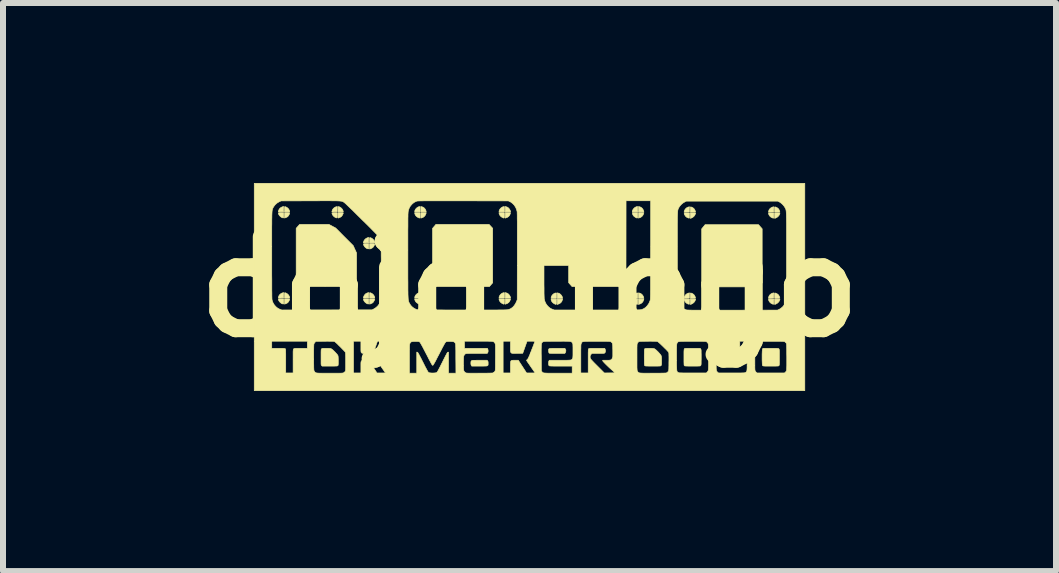
<source format=kicad_pcb>
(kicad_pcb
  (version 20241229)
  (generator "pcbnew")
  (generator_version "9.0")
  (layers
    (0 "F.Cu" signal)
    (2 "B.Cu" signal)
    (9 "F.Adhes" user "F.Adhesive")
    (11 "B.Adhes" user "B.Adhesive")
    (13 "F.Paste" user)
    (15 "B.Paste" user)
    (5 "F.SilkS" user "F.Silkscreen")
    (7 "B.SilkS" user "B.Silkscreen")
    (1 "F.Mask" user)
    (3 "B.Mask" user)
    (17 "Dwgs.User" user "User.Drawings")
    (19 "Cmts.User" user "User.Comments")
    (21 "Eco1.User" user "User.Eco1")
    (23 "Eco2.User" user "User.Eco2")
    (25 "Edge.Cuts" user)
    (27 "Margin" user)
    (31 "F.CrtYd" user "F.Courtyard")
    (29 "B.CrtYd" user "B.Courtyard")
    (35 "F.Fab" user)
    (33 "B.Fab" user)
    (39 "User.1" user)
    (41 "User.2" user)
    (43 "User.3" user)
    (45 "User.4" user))
  (footprint "dojo logo"
    (layer "F.Cu")
    (at 5.777 1.732)
    (property "Reference" "dojo logo" (at 0 0 0) (layer "F.SilkS") (effects (font (size 1.524 1.524) (thickness 0.3))))
    (attr through_hole)
    (fp_poly (pts (xy -1.725 -1.224) (xy -1.736 -1.197) (xy -1.753 -1.175) (xy -1.776 -1.158) (xy -1.801 -1.149) (xy -1.812 -1.146) (xy -1.812 -1.236) (xy -1.722 -1.236) (xy -1.725 -1.224)) (stroke (width 0.01) (type solid)) (fill yes) (layer "F.SilkS"))
    (fp_poly (pts (xy -1.725 0.211) (xy -1.736 0.238) (xy -1.753 0.261) (xy -1.776 0.277) (xy -1.801 0.286) (xy -1.812 0.289) (xy -1.812 0.199) (xy -1.722 0.199) (xy -1.725 0.211)) (stroke (width 0.01) (type solid)) (fill yes) (layer "F.SilkS"))
    (fp_poly (pts (xy -0.319 -1.224) (xy -0.33 -1.197) (xy -0.347 -1.175) (xy -0.371 -1.158) (xy -0.396 -1.149) (xy -0.406 -1.146) (xy -0.406 -1.236) (xy -0.317 -1.236) (xy -0.319 -1.224)) (stroke (width 0.01) (type solid)) (fill yes) (layer "F.SilkS"))
    (fp_poly (pts (xy -0.319 0.211) (xy -0.33 0.238) (xy -0.347 0.261) (xy -0.371 0.277) (xy -0.396 0.286) (xy -0.406 0.289) (xy -0.406 0.199) (xy -0.317 0.199) (xy -0.319 0.211)) (stroke (width 0.01) (type solid)) (fill yes) (layer "F.SilkS"))
    (fp_poly (pts (xy 0.548 0.215) (xy 0.538 0.243) (xy 0.52 0.265) (xy 0.497 0.281) (xy 0.472 0.29) (xy 0.461 0.293) (xy 0.461 0.203) (xy 0.551 0.203) (xy 0.548 0.215)) (stroke (width 0.01) (type solid)) (fill yes) (layer "F.SilkS"))
    (fp_poly (pts (xy 1.903 -1.224) (xy 1.892 -1.197) (xy 1.875 -1.175) (xy 1.852 -1.158) (xy 1.826 -1.149) (xy 1.816 -1.146) (xy 1.816 -1.236) (xy 1.906 -1.236) (xy 1.903 -1.224)) (stroke (width 0.01) (type solid)) (fill yes) (layer "F.SilkS"))
    (fp_poly (pts (xy 1.903 0.215) (xy 1.892 0.243) (xy 1.875 0.265) (xy 1.852 0.281) (xy 1.826 0.29) (xy 1.816 0.293) (xy 1.816 0.203) (xy 1.906 0.203) (xy 1.903 0.215)) (stroke (width 0.01) (type solid)) (fill yes) (layer "F.SilkS"))
    (fp_poly (pts (xy -1.796 -1.336) (xy -1.775 -1.329) (xy -1.755 -1.315) (xy -1.739 -1.296) (xy -1.728 -1.274) (xy -1.725 -1.262) (xy -1.722 -1.249) (xy -1.812 -1.249) (xy -1.812 -1.339) (xy -1.796 -1.336)) (stroke (width 0.01) (type solid)) (fill yes) (layer "F.SilkS"))
    (fp_poly (pts (xy -1.796 0.099) (xy -1.775 0.106) (xy -1.755 0.12) (xy -1.739 0.139) (xy -1.728 0.161) (xy -1.725 0.173) (xy -1.722 0.186) (xy -1.812 0.186) (xy -1.812 0.096) (xy -1.796 0.099)) (stroke (width 0.01) (type solid)) (fill yes) (layer "F.SilkS"))
    (fp_poly (pts (xy -0.391 -1.336) (xy -0.37 -1.329) (xy -0.35 -1.315) (xy -0.334 -1.296) (xy -0.322 -1.274) (xy -0.319 -1.262) (xy -0.316 -1.249) (xy -0.406 -1.249) (xy -0.406 -1.339) (xy -0.391 -1.336)) (stroke (width 0.01) (type solid)) (fill yes) (layer "F.SilkS"))
    (fp_poly (pts (xy -0.391 0.099) (xy -0.37 0.106) (xy -0.35 0.12) (xy -0.334 0.139) (xy -0.322 0.161) (xy -0.319 0.173) (xy -0.316 0.186) (xy -0.406 0.186) (xy -0.406 0.096) (xy -0.391 0.099)) (stroke (width 0.01) (type solid)) (fill yes) (layer "F.SilkS"))
    (fp_poly (pts (xy 0.477 0.103) (xy 0.498 0.11) (xy 0.518 0.125) (xy 0.534 0.144) (xy 0.546 0.166) (xy 0.549 0.177) (xy 0.551 0.191) (xy 0.461 0.191) (xy 0.461 0.1) (xy 0.477 0.103)) (stroke (width 0.01) (type solid)) (fill yes) (layer "F.SilkS"))
    (fp_poly (pts (xy 1.832 -1.336) (xy 1.853 -1.329) (xy 1.873 -1.315) (xy 1.889 -1.296) (xy 1.9 -1.274) (xy 1.903 -1.262) (xy 1.906 -1.249) (xy 1.816 -1.249) (xy 1.816 -1.339) (xy 1.832 -1.336)) (stroke (width 0.01) (type solid)) (fill yes) (layer "F.SilkS"))
    (fp_poly (pts (xy 1.832 0.103) (xy 1.853 0.11) (xy 1.873 0.125) (xy 1.889 0.144) (xy 1.9 0.166) (xy 1.903 0.177) (xy 1.906 0.191) (xy 1.816 0.191) (xy 1.816 0.1) (xy 1.832 0.103)) (stroke (width 0.01) (type solid)) (fill yes) (layer "F.SilkS"))
    (fp_poly (pts (xy 2.766 -1.22) (xy 2.757 -1.198) (xy 2.742 -1.177) (xy 2.722 -1.16) (xy 2.7 -1.148) (xy 2.691 -1.145) (xy 2.68 -1.143) (xy 2.68 -1.232) (xy 2.769 -1.232) (xy 2.766 -1.22)) (stroke (width 0.01) (type solid)) (fill yes) (layer "F.SilkS"))
    (fp_poly (pts (xy 2.766 0.215) (xy 2.757 0.237) (xy 2.742 0.258) (xy 2.722 0.275) (xy 2.7 0.287) (xy 2.691 0.29) (xy 2.68 0.292) (xy 2.68 0.203) (xy 2.769 0.203) (xy 2.766 0.215)) (stroke (width 0.01) (type solid)) (fill yes) (layer "F.SilkS"))
    (fp_poly (pts (xy 4.172 -1.22) (xy 4.163 -1.198) (xy 4.147 -1.177) (xy 4.127 -1.16) (xy 4.105 -1.148) (xy 4.097 -1.145) (xy 4.085 -1.143) (xy 4.085 -1.232) (xy 4.174 -1.232) (xy 4.172 -1.22)) (stroke (width 0.01) (type solid)) (fill yes) (layer "F.SilkS"))
    (fp_poly (pts (xy 4.172 0.215) (xy 4.163 0.237) (xy 4.147 0.258) (xy 4.127 0.275) (xy 4.105 0.287) (xy 4.097 0.29) (xy 4.085 0.292) (xy 4.085 0.203) (xy 4.174 0.203) (xy 4.172 0.215)) (stroke (width 0.01) (type solid)) (fill yes) (layer "F.SilkS"))
    (fp_poly (pts (xy -1.825 -1.249) (xy -1.913 -1.249) (xy -1.913 -1.26) (xy -1.91 -1.277) (xy -1.9 -1.295) (xy -1.885 -1.312) (xy -1.868 -1.326) (xy -1.849 -1.335) (xy -1.835 -1.338) (xy -1.825 -1.338) (xy -1.825 -1.249)) (stroke (width 0.01) (type solid)) (fill yes) (layer "F.SilkS"))
    (fp_poly (pts (xy -1.825 0.186) (xy -1.913 0.186) (xy -1.913 0.175) (xy -1.91 0.158) (xy -1.9 0.14) (xy -1.885 0.123) (xy -1.868 0.109) (xy -1.849 0.1) (xy -1.835 0.097) (xy -1.825 0.097) (xy -1.825 0.186)) (stroke (width 0.01) (type solid)) (fill yes) (layer "F.SilkS"))
    (fp_poly (pts (xy -0.419 -1.249) (xy -0.508 -1.249) (xy -0.508 -1.26) (xy -0.504 -1.277) (xy -0.494 -1.295) (xy -0.48 -1.312) (xy -0.462 -1.326) (xy -0.444 -1.335) (xy -0.43 -1.338) (xy -0.419 -1.338) (xy -0.419 -1.249)) (stroke (width 0.01) (type solid)) (fill yes) (layer "F.SilkS"))
    (fp_poly (pts (xy -0.419 0.186) (xy -0.508 0.186) (xy -0.508 0.175) (xy -0.504 0.158) (xy -0.494 0.14) (xy -0.48 0.123) (xy -0.462 0.109) (xy -0.444 0.1) (xy -0.43 0.097) (xy -0.419 0.097) (xy -0.419 0.186)) (stroke (width 0.01) (type solid)) (fill yes) (layer "F.SilkS"))
    (fp_poly (pts (xy 0.449 0.191) (xy 0.36 0.191) (xy 0.36 0.18) (xy 0.364 0.162) (xy 0.374 0.144) (xy 0.388 0.127) (xy 0.406 0.113) (xy 0.424 0.104) (xy 0.438 0.102) (xy 0.449 0.102) (xy 0.449 0.191)) (stroke (width 0.01) (type solid)) (fill yes) (layer "F.SilkS"))
    (fp_poly (pts (xy 1.803 -1.249) (xy 1.714 -1.249) (xy 1.714 -1.26) (xy 1.718 -1.277) (xy 1.728 -1.295) (xy 1.743 -1.312) (xy 1.76 -1.326) (xy 1.779 -1.335) (xy 1.793 -1.338) (xy 1.803 -1.338) (xy 1.803 -1.249)) (stroke (width 0.01) (type solid)) (fill yes) (layer "F.SilkS"))
    (fp_poly (pts (xy 1.803 0.191) (xy 1.714 0.191) (xy 1.714 0.18) (xy 1.718 0.162) (xy 1.728 0.144) (xy 1.743 0.127) (xy 1.76 0.113) (xy 1.779 0.104) (xy 1.793 0.102) (xy 1.803 0.102) (xy 1.803 0.191)) (stroke (width 0.01) (type solid)) (fill yes) (layer "F.SilkS"))
    (fp_poly (pts (xy -4.099 0.14) (xy -4.1 0.184) (xy -4.144 0.185) (xy -4.188 0.187) (xy -4.185 0.171) (xy -4.178 0.149) (xy -4.164 0.129) (xy -4.145 0.113) (xy -4.124 0.102) (xy -4.113 0.099) (xy -4.098 0.096) (xy -4.099 0.14)) (stroke (width 0.01) (type solid)) (fill yes) (layer "F.SilkS"))
    (fp_poly (pts (xy -3.206 -1.295) (xy -3.207 -1.251) (xy -3.251 -1.25) (xy -3.295 -1.249) (xy -3.292 -1.264) (xy -3.285 -1.286) (xy -3.271 -1.306) (xy -3.252 -1.322) (xy -3.231 -1.333) (xy -3.22 -1.336) (xy -3.204 -1.339) (xy -3.206 -1.295)) (stroke (width 0.01) (type solid)) (fill yes) (layer "F.SilkS"))
    (fp_poly (pts (xy -2.681 -0.778) (xy -2.682 -0.734) (xy -2.726 -0.733) (xy -2.77 -0.732) (xy -2.767 -0.748) (xy -2.76 -0.769) (xy -2.746 -0.789) (xy -2.727 -0.806) (xy -2.706 -0.817) (xy -2.695 -0.82) (xy -2.679 -0.822) (xy -2.681 -0.778)) (stroke (width 0.01) (type solid)) (fill yes) (layer "F.SilkS"))
    (fp_poly (pts (xy 2.666 -1.291) (xy 2.665 -1.247) (xy 2.621 -1.246) (xy 2.577 -1.244) (xy 2.579 -1.26) (xy 2.587 -1.282) (xy 2.601 -1.302) (xy 2.619 -1.318) (xy 2.641 -1.329) (xy 2.652 -1.332) (xy 2.667 -1.335) (xy 2.666 -1.291)) (stroke (width 0.01) (type solid)) (fill yes) (layer "F.SilkS"))
    (fp_poly (pts (xy 2.666 0.144) (xy 2.665 0.188) (xy 2.621 0.19) (xy 2.577 0.191) (xy 2.579 0.175) (xy 2.587 0.154) (xy 2.601 0.133) (xy 2.619 0.117) (xy 2.641 0.106) (xy 2.652 0.103) (xy 2.667 0.1) (xy 2.666 0.144)) (stroke (width 0.01) (type solid)) (fill yes) (layer "F.SilkS"))
    (fp_poly (pts (xy 4.072 -1.291) (xy 4.07 -1.247) (xy 4.026 -1.246) (xy 3.982 -1.244) (xy 3.985 -1.26) (xy 3.992 -1.282) (xy 4.006 -1.302) (xy 4.025 -1.318) (xy 4.046 -1.329) (xy 4.057 -1.332) (xy 4.073 -1.335) (xy 4.072 -1.291)) (stroke (width 0.01) (type solid)) (fill yes) (layer "F.SilkS"))
    (fp_poly (pts (xy 4.072 0.144) (xy 4.07 0.188) (xy 4.026 0.19) (xy 3.982 0.191) (xy 3.985 0.175) (xy 3.992 0.154) (xy 4.006 0.133) (xy 4.025 0.117) (xy 4.046 0.106) (xy 4.057 0.103) (xy 4.073 0.1) (xy 4.072 0.144)) (stroke (width 0.01) (type solid)) (fill yes) (layer "F.SilkS"))
    (fp_poly (pts (xy -0.674 -1.041) (xy -0.614 -0.976) (xy -0.614 -0.522) (xy -0.614 -0.068) (xy -0.642 -0.036) (xy -0.67 -0.004) (xy -1.56 -0.004) (xy -1.589 -0.037) (xy -1.617 -0.069) (xy -1.617 -0.975) (xy -1.561 -1.041) (xy -1.118 -1.041) (xy -0.674 -1.041)) (stroke (width 0.01) (type solid)) (fill yes) (layer "F.SilkS"))
    (fp_poly (pts (xy -4.099 -1.295) (xy -4.1 -1.251) (xy -4.144 -1.25) (xy -4.188 -1.249) (xy -4.185 -1.264) (xy -4.181 -1.278) (xy -4.174 -1.292) (xy -4.172 -1.296) (xy -4.157 -1.314) (xy -4.137 -1.327) (xy -4.117 -1.336) (xy -4.113 -1.336) (xy -4.098 -1.339) (xy -4.099 -1.295)) (stroke (width 0.01) (type solid)) (fill yes) (layer "F.SilkS"))
    (fp_poly (pts (xy -2.681 0.14) (xy -2.682 0.184) (xy -2.726 0.185) (xy -2.77 0.187) (xy -2.767 0.171) (xy -2.76 0.151) (xy -2.747 0.131) (xy -2.73 0.114) (xy -2.727 0.112) (xy -2.713 0.105) (xy -2.698 0.099) (xy -2.695 0.099) (xy -2.679 0.096) (xy -2.681 0.14)) (stroke (width 0.01) (type solid)) (fill yes) (layer "F.SilkS"))
    (fp_poly (pts (xy -1.825 -1.192) (xy -1.825 -1.17) (xy -1.826 -1.156) (xy -1.83 -1.149) (xy -1.836 -1.147) (xy -1.847 -1.151) (xy -1.863 -1.159) (xy -1.863 -1.159) (xy -1.885 -1.174) (xy -1.901 -1.193) (xy -1.911 -1.214) (xy -1.912 -1.22) (xy -1.915 -1.236) (xy -1.825 -1.236) (xy -1.825 -1.192)) (stroke (width 0.01) (type solid)) (fill yes) (layer "F.SilkS"))
    (fp_poly (pts (xy -1.825 0.243) (xy -1.825 0.265) (xy -1.826 0.279) (xy -1.83 0.287) (xy -1.836 0.288) (xy -1.847 0.284) (xy -1.863 0.276) (xy -1.863 0.276) (xy -1.885 0.261) (xy -1.901 0.242) (xy -1.911 0.221) (xy -1.912 0.215) (xy -1.915 0.199) (xy -1.825 0.199) (xy -1.825 0.243)) (stroke (width 0.01) (type solid)) (fill yes) (layer "F.SilkS"))
    (fp_poly (pts (xy -0.419 -1.192) (xy -0.419 -1.17) (xy -0.421 -1.156) (xy -0.424 -1.149) (xy -0.431 -1.147) (xy -0.441 -1.151) (xy -0.457 -1.159) (xy -0.458 -1.159) (xy -0.479 -1.174) (xy -0.495 -1.193) (xy -0.505 -1.214) (xy -0.507 -1.22) (xy -0.509 -1.236) (xy -0.419 -1.236) (xy -0.419 -1.192)) (stroke (width 0.01) (type solid)) (fill yes) (layer "F.SilkS"))
    (fp_poly (pts (xy -0.419 0.243) (xy -0.419 0.265) (xy -0.421 0.279) (xy -0.424 0.287) (xy -0.431 0.288) (xy -0.441 0.284) (xy -0.457 0.276) (xy -0.458 0.276) (xy -0.479 0.261) (xy -0.495 0.242) (xy -0.505 0.221) (xy -0.507 0.215) (xy -0.509 0.199) (xy -0.419 0.199) (xy -0.419 0.243)) (stroke (width 0.01) (type solid)) (fill yes) (layer "F.SilkS"))
    (fp_poly (pts (xy 0.449 0.248) (xy 0.449 0.269) (xy 0.447 0.283) (xy 0.444 0.291) (xy 0.437 0.292) (xy 0.426 0.288) (xy 0.41 0.28) (xy 0.41 0.28) (xy 0.389 0.265) (xy 0.372 0.246) (xy 0.363 0.225) (xy 0.361 0.219) (xy 0.359 0.203) (xy 0.449 0.203) (xy 0.449 0.248)) (stroke (width 0.01) (type solid)) (fill yes) (layer "F.SilkS"))
    (fp_poly (pts (xy 1.803 -1.192) (xy 1.803 -1.17) (xy 1.802 -1.156) (xy 1.798 -1.149) (xy 1.792 -1.147) (xy 1.781 -1.151) (xy 1.765 -1.159) (xy 1.765 -1.159) (xy 1.743 -1.174) (xy 1.727 -1.193) (xy 1.717 -1.214) (xy 1.716 -1.22) (xy 1.713 -1.236) (xy 1.803 -1.236) (xy 1.803 -1.192)) (stroke (width 0.01) (type solid)) (fill yes) (layer "F.SilkS"))
    (fp_poly (pts (xy 1.803 0.248) (xy 1.803 0.269) (xy 1.802 0.283) (xy 1.798 0.291) (xy 1.792 0.292) (xy 1.781 0.288) (xy 1.765 0.28) (xy 1.765 0.28) (xy 1.743 0.265) (xy 1.727 0.246) (xy 1.717 0.225) (xy 1.716 0.219) (xy 1.713 0.203) (xy 1.803 0.203) (xy 1.803 0.248)) (stroke (width 0.01) (type solid)) (fill yes) (layer "F.SilkS"))
    (fp_poly (pts (xy 3.847 -1.003) (xy 3.878 -0.968) (xy 3.878 -0.517) (xy 3.878 -0.066) (xy 3.848 -0.033) (xy 3.818 0) (xy 2.93 0) (xy 2.9 -0.033) (xy 2.87 -0.066) (xy 2.87 -0.517) (xy 2.87 -0.967) (xy 2.927 -1.037) (xy 3.372 -1.037) (xy 3.817 -1.037) (xy 3.847 -1.003)) (stroke (width 0.01) (type solid)) (fill yes) (layer "F.SilkS"))
    (fp_poly (pts (xy -3.287 -1.011) (xy -3.231 -0.981) (xy -3.085 -0.834) (xy -2.939 -0.688) (xy -2.911 -0.626) (xy -2.883 -0.565) (xy -2.883 -0.07) (xy -2.913 -0.037) (xy -2.943 -0.004) (xy -3.829 -0.005) (xy -3.86 -0.038) (xy -3.89 -0.071) (xy -3.89 -0.523) (xy -3.89 -0.976) (xy -3.833 -1.041) (xy -3.588 -1.041) (xy -3.343 -1.041) (xy -3.287 -1.011)) (stroke (width 0.01) (type solid)) (fill yes) (layer "F.SilkS"))
    (fp_poly (pts (xy -4.098 -1.194) (xy -4.098 -1.176) (xy -4.099 -1.162) (xy -4.1 -1.152) (xy -4.101 -1.15) (xy -4.107 -1.15) (xy -4.117 -1.152) (xy -4.12 -1.152) (xy -4.137 -1.16) (xy -4.154 -1.173) (xy -4.169 -1.189) (xy -4.179 -1.204) (xy -4.185 -1.218) (xy -4.187 -1.227) (xy -4.185 -1.232) (xy -4.177 -1.235) (xy -4.163 -1.236) (xy -4.142 -1.236) (xy -4.098 -1.236) (xy -4.098 -1.194)) (stroke (width 0.01) (type solid)) (fill yes) (layer "F.SilkS"))
    (fp_poly (pts (xy -4.098 0.241) (xy -4.098 0.259) (xy -4.099 0.273) (xy -4.1 0.283) (xy -4.101 0.285) (xy -4.107 0.285) (xy -4.117 0.283) (xy -4.12 0.283) (xy -4.137 0.275) (xy -4.154 0.262) (xy -4.169 0.246) (xy -4.179 0.231) (xy -4.185 0.218) (xy -4.187 0.208) (xy -4.185 0.203) (xy -4.177 0.2) (xy -4.163 0.199) (xy -4.142 0.199) (xy -4.098 0.199) (xy -4.098 0.241)) (stroke (width 0.01) (type solid)) (fill yes) (layer "F.SilkS"))
    (fp_poly (pts (xy -3.205 -1.194) (xy -3.205 -1.176) (xy -3.206 -1.162) (xy -3.207 -1.152) (xy -3.208 -1.15) (xy -3.214 -1.15) (xy -3.224 -1.152) (xy -3.226 -1.152) (xy -3.243 -1.16) (xy -3.261 -1.173) (xy -3.276 -1.189) (xy -3.286 -1.204) (xy -3.291 -1.218) (xy -3.294 -1.227) (xy -3.291 -1.232) (xy -3.284 -1.235) (xy -3.269 -1.236) (xy -3.249 -1.236) (xy -3.205 -1.236) (xy -3.205 -1.194)) (stroke (width 0.01) (type solid)) (fill yes) (layer "F.SilkS"))
    (fp_poly (pts (xy -2.68 -0.678) (xy -2.68 -0.66) (xy -2.681 -0.645) (xy -2.682 -0.636) (xy -2.683 -0.634) (xy -2.689 -0.634) (xy -2.699 -0.635) (xy -2.702 -0.636) (xy -2.718 -0.643) (xy -2.736 -0.656) (xy -2.751 -0.672) (xy -2.761 -0.688) (xy -2.766 -0.701) (xy -2.769 -0.71) (xy -2.766 -0.716) (xy -2.759 -0.718) (xy -2.744 -0.72) (xy -2.724 -0.72) (xy -2.68 -0.72) (xy -2.68 -0.678)) (stroke (width 0.01) (type solid)) (fill yes) (layer "F.SilkS"))
    (fp_poly (pts (xy -2.68 0.241) (xy -2.68 0.259) (xy -2.681 0.273) (xy -2.682 0.283) (xy -2.683 0.285) (xy -2.689 0.285) (xy -2.699 0.283) (xy -2.702 0.283) (xy -2.718 0.275) (xy -2.736 0.262) (xy -2.751 0.246) (xy -2.761 0.231) (xy -2.766 0.218) (xy -2.769 0.208) (xy -2.766 0.203) (xy -2.759 0.2) (xy -2.744 0.199) (xy -2.724 0.199) (xy -2.68 0.199) (xy -2.68 0.241)) (stroke (width 0.01) (type solid)) (fill yes) (layer "F.SilkS"))
    (fp_poly (pts (xy 2.667 -1.19) (xy 2.667 -1.172) (xy 2.666 -1.157) (xy 2.665 -1.148) (xy 2.664 -1.146) (xy 2.658 -1.146) (xy 2.648 -1.148) (xy 2.642 -1.15) (xy 2.621 -1.16) (xy 2.602 -1.176) (xy 2.588 -1.197) (xy 2.586 -1.2) (xy 2.58 -1.213) (xy 2.578 -1.222) (xy 2.58 -1.228) (xy 2.588 -1.231) (xy 2.602 -1.232) (xy 2.623 -1.232) (xy 2.667 -1.232) (xy 2.667 -1.19)) (stroke (width 0.01) (type solid)) (fill yes) (layer "F.SilkS"))
    (fp_poly (pts (xy 2.667 0.245) (xy 2.667 0.263) (xy 2.666 0.278) (xy 2.665 0.287) (xy 2.664 0.289) (xy 2.658 0.289) (xy 2.648 0.287) (xy 2.642 0.286) (xy 2.621 0.275) (xy 2.602 0.259) (xy 2.588 0.238) (xy 2.586 0.235) (xy 2.58 0.222) (xy 2.578 0.213) (xy 2.58 0.207) (xy 2.588 0.204) (xy 2.602 0.203) (xy 2.623 0.203) (xy 2.667 0.203) (xy 2.667 0.245)) (stroke (width 0.01) (type solid)) (fill yes) (layer "F.SilkS"))
    (fp_poly (pts (xy 4.072 -1.19) (xy 4.072 -1.172) (xy 4.071 -1.157) (xy 4.07 -1.148) (xy 4.069 -1.146) (xy 4.064 -1.146) (xy 4.053 -1.148) (xy 4.048 -1.15) (xy 4.027 -1.16) (xy 4.008 -1.176) (xy 3.993 -1.197) (xy 3.992 -1.2) (xy 3.986 -1.213) (xy 3.983 -1.222) (xy 3.986 -1.228) (xy 3.994 -1.231) (xy 4.008 -1.232) (xy 4.028 -1.232) (xy 4.072 -1.232) (xy 4.072 -1.19)) (stroke (width 0.01) (type solid)) (fill yes) (layer "F.SilkS"))
    (fp_poly (pts (xy 4.072 0.245) (xy 4.072 0.263) (xy 4.071 0.278) (xy 4.07 0.287) (xy 4.069 0.289) (xy 4.064 0.289) (xy 4.053 0.287) (xy 4.048 0.286) (xy 4.027 0.275) (xy 4.008 0.259) (xy 3.993 0.238) (xy 3.992 0.235) (xy 3.986 0.222) (xy 3.983 0.213) (xy 3.986 0.207) (xy 3.994 0.204) (xy 4.008 0.203) (xy 4.028 0.203) (xy 4.072 0.203) (xy 4.072 0.245)) (stroke (width 0.01) (type solid)) (fill yes) (layer "F.SilkS"))
    (fp_poly (pts (xy -4.064 -1.334) (xy -4.047 -1.326) (xy -4.031 -1.314) (xy -4.021 -1.304) (xy -4.012 -1.292) (xy -4.005 -1.278) (xy -4 -1.265) (xy -3.998 -1.255) (xy -4 -1.251) (xy -4.005 -1.25) (xy -4.016 -1.249) (xy -4.032 -1.249) (xy -4.044 -1.249) (xy -4.085 -1.249) (xy -4.085 -1.293) (xy -4.085 -1.313) (xy -4.084 -1.326) (xy -4.083 -1.334) (xy -4.081 -1.337) (xy -4.078 -1.338) (xy -4.064 -1.334)) (stroke (width 0.01) (type solid)) (fill yes) (layer "F.SilkS"))
    (fp_poly (pts (xy -4.064 0.101) (xy -4.047 0.109) (xy -4.031 0.121) (xy -4.021 0.131) (xy -4.012 0.143) (xy -4.005 0.157) (xy -4 0.17) (xy -3.998 0.18) (xy -4 0.184) (xy -4.005 0.185) (xy -4.016 0.186) (xy -4.032 0.186) (xy -4.044 0.186) (xy -4.085 0.186) (xy -4.085 0.142) (xy -4.085 0.122) (xy -4.084 0.109) (xy -4.083 0.102) (xy -4.081 0.098) (xy -4.078 0.097) (xy -4.064 0.101)) (stroke (width 0.01) (type solid)) (fill yes) (layer "F.SilkS"))
    (fp_poly (pts (xy -3.17 -1.334) (xy -3.154 -1.326) (xy -3.138 -1.314) (xy -3.128 -1.304) (xy -3.119 -1.292) (xy -3.112 -1.278) (xy -3.107 -1.265) (xy -3.105 -1.255) (xy -3.106 -1.251) (xy -3.111 -1.25) (xy -3.123 -1.249) (xy -3.139 -1.249) (xy -3.15 -1.249) (xy -3.192 -1.249) (xy -3.192 -1.293) (xy -3.192 -1.313) (xy -3.191 -1.326) (xy -3.19 -1.334) (xy -3.188 -1.337) (xy -3.185 -1.338) (xy -3.17 -1.334)) (stroke (width 0.01) (type solid)) (fill yes) (layer "F.SilkS"))
    (fp_poly (pts (xy -2.646 -0.818) (xy -2.629 -0.81) (xy -2.613 -0.798) (xy -2.603 -0.788) (xy -2.594 -0.776) (xy -2.587 -0.762) (xy -2.582 -0.749) (xy -2.58 -0.739) (xy -2.581 -0.735) (xy -2.586 -0.734) (xy -2.598 -0.733) (xy -2.614 -0.732) (xy -2.625 -0.732) (xy -2.667 -0.732) (xy -2.667 -0.777) (xy -2.667 -0.797) (xy -2.666 -0.81) (xy -2.665 -0.817) (xy -2.663 -0.82) (xy -2.66 -0.821) (xy -2.646 -0.818)) (stroke (width 0.01) (type solid)) (fill yes) (layer "F.SilkS"))
    (fp_poly (pts (xy -2.646 0.101) (xy -2.629 0.109) (xy -2.613 0.121) (xy -2.603 0.131) (xy -2.594 0.143) (xy -2.587 0.157) (xy -2.582 0.17) (xy -2.58 0.18) (xy -2.581 0.184) (xy -2.586 0.185) (xy -2.598 0.186) (xy -2.614 0.186) (xy -2.625 0.186) (xy -2.667 0.186) (xy -2.667 0.142) (xy -2.667 0.122) (xy -2.666 0.109) (xy -2.665 0.102) (xy -2.663 0.098) (xy -2.66 0.097) (xy -2.646 0.101)) (stroke (width 0.01) (type solid)) (fill yes) (layer "F.SilkS"))
    (fp_poly (pts (xy -4.021 -1.236) (xy -4.008 -1.236) (xy -4.001 -1.235) (xy -3.998 -1.233) (xy -3.998 -1.229) (xy -3.998 -1.227) (xy -4.007 -1.205) (xy -4.018 -1.186) (xy -4.03 -1.172) (xy -4.032 -1.17) (xy -4.042 -1.164) (xy -4.055 -1.158) (xy -4.069 -1.152) (xy -4.08 -1.148) (xy -4.084 -1.147) (xy -4.084 -1.151) (xy -4.085 -1.162) (xy -4.085 -1.177) (xy -4.085 -1.192) (xy -4.085 -1.236) (xy -4.04 -1.236) (xy -4.021 -1.236)) (stroke (width 0.01) (type solid)) (fill yes) (layer "F.SilkS"))
    (fp_poly (pts (xy -4.021 0.199) (xy -4.008 0.199) (xy -4.001 0.2) (xy -3.998 0.202) (xy -3.998 0.206) (xy -3.998 0.208) (xy -4.007 0.23) (xy -4.018 0.249) (xy -4.03 0.263) (xy -4.032 0.265) (xy -4.042 0.271) (xy -4.055 0.277) (xy -4.069 0.283) (xy -4.08 0.287) (xy -4.084 0.288) (xy -4.084 0.284) (xy -4.085 0.273) (xy -4.085 0.258) (xy -4.085 0.243) (xy -4.085 0.199) (xy -4.04 0.199) (xy -4.021 0.199)) (stroke (width 0.01) (type solid)) (fill yes) (layer "F.SilkS"))
    (fp_poly (pts (xy -3.127 -1.236) (xy -3.115 -1.236) (xy -3.107 -1.235) (xy -3.105 -1.233) (xy -3.105 -1.229) (xy -3.105 -1.227) (xy -3.114 -1.205) (xy -3.125 -1.186) (xy -3.137 -1.172) (xy -3.139 -1.17) (xy -3.148 -1.164) (xy -3.162 -1.158) (xy -3.175 -1.152) (xy -3.186 -1.148) (xy -3.19 -1.147) (xy -3.191 -1.151) (xy -3.192 -1.162) (xy -3.192 -1.177) (xy -3.192 -1.192) (xy -3.192 -1.236) (xy -3.147 -1.236) (xy -3.127 -1.236)) (stroke (width 0.01) (type solid)) (fill yes) (layer "F.SilkS"))
    (fp_poly (pts (xy -2.602 -0.72) (xy -2.59 -0.719) (xy -2.583 -0.718) (xy -2.58 -0.716) (xy -2.58 -0.713) (xy -2.58 -0.71) (xy -2.589 -0.689) (xy -2.6 -0.67) (xy -2.612 -0.656) (xy -2.614 -0.654) (xy -2.624 -0.648) (xy -2.637 -0.641) (xy -2.65 -0.635) (xy -2.661 -0.631) (xy -2.665 -0.631) (xy -2.666 -0.635) (xy -2.667 -0.645) (xy -2.667 -0.661) (xy -2.667 -0.675) (xy -2.667 -0.72) (xy -2.622 -0.72) (xy -2.602 -0.72)) (stroke (width 0.01) (type solid)) (fill yes) (layer "F.SilkS"))
    (fp_poly (pts (xy -2.602 0.199) (xy -2.59 0.199) (xy -2.583 0.2) (xy -2.58 0.202) (xy -2.58 0.206) (xy -2.58 0.208) (xy -2.589 0.23) (xy -2.6 0.249) (xy -2.612 0.263) (xy -2.614 0.265) (xy -2.624 0.271) (xy -2.637 0.277) (xy -2.65 0.283) (xy -2.661 0.287) (xy -2.665 0.288) (xy -2.666 0.284) (xy -2.667 0.273) (xy -2.667 0.258) (xy -2.667 0.243) (xy -2.667 0.199) (xy -2.622 0.199) (xy -2.602 0.199)) (stroke (width 0.01) (type solid)) (fill yes) (layer "F.SilkS"))
    (fp_poly (pts (xy 2.7 -1.33) (xy 2.716 -1.323) (xy 2.731 -1.313) (xy 2.742 -1.303) (xy 2.75 -1.293) (xy 2.757 -1.279) (xy 2.763 -1.266) (xy 2.766 -1.255) (xy 2.766 -1.248) (xy 2.765 -1.247) (xy 2.76 -1.246) (xy 2.749 -1.245) (xy 2.733 -1.245) (xy 2.721 -1.245) (xy 2.68 -1.245) (xy 2.68 -1.289) (xy 2.68 -1.309) (xy 2.68 -1.322) (xy 2.682 -1.329) (xy 2.684 -1.333) (xy 2.687 -1.333) (xy 2.7 -1.33)) (stroke (width 0.01) (type solid)) (fill yes) (layer "F.SilkS"))
    (fp_poly (pts (xy 2.7 0.105) (xy 2.716 0.112) (xy 2.731 0.122) (xy 2.742 0.132) (xy 2.75 0.143) (xy 2.757 0.156) (xy 2.763 0.169) (xy 2.766 0.18) (xy 2.766 0.188) (xy 2.765 0.188) (xy 2.76 0.189) (xy 2.749 0.19) (xy 2.733 0.19) (xy 2.721 0.191) (xy 2.68 0.191) (xy 2.68 0.146) (xy 2.68 0.126) (xy 2.68 0.113) (xy 2.682 0.106) (xy 2.684 0.102) (xy 2.687 0.102) (xy 2.7 0.105)) (stroke (width 0.01) (type solid)) (fill yes) (layer "F.SilkS"))
    (fp_poly (pts (xy 4.105 -1.33) (xy 4.121 -1.323) (xy 4.137 -1.313) (xy 4.148 -1.303) (xy 4.156 -1.293) (xy 4.163 -1.279) (xy 4.169 -1.266) (xy 4.172 -1.255) (xy 4.171 -1.248) (xy 4.171 -1.247) (xy 4.166 -1.246) (xy 4.154 -1.245) (xy 4.138 -1.245) (xy 4.127 -1.245) (xy 4.085 -1.245) (xy 4.085 -1.289) (xy 4.085 -1.309) (xy 4.086 -1.322) (xy 4.087 -1.329) (xy 4.089 -1.333) (xy 4.093 -1.333) (xy 4.105 -1.33)) (stroke (width 0.01) (type solid)) (fill yes) (layer "F.SilkS"))
    (fp_poly (pts (xy 4.105 0.105) (xy 4.121 0.112) (xy 4.137 0.122) (xy 4.148 0.132) (xy 4.156 0.143) (xy 4.163 0.156) (xy 4.169 0.169) (xy 4.172 0.18) (xy 4.171 0.188) (xy 4.171 0.188) (xy 4.166 0.189) (xy 4.154 0.19) (xy 4.138 0.19) (xy 4.127 0.191) (xy 4.085 0.191) (xy 4.085 0.146) (xy 4.085 0.126) (xy 4.086 0.113) (xy 4.087 0.106) (xy 4.089 0.102) (xy 4.093 0.102) (xy 4.105 0.105)) (stroke (width 0.01) (type solid)) (fill yes) (layer "F.SilkS"))
    (fp_poly (pts (xy 0.46 1.024) (xy 0.587 1.024) (xy 0.596 1.034) (xy 0.603 1.047) (xy 0.606 1.064) (xy 0.603 1.082) (xy 0.597 1.097) (xy 0.588 1.109) (xy 0.459 1.109) (xy 0.423 1.109) (xy 0.394 1.109) (xy 0.372 1.109) (xy 0.355 1.108) (xy 0.344 1.108) (xy 0.336 1.107) (xy 0.33 1.105) (xy 0.327 1.104) (xy 0.325 1.101) (xy 0.324 1.1) (xy 0.32 1.088) (xy 0.318 1.069) (xy 0.318 1.064) (xy 0.317 1.054) (xy 0.318 1.045) (xy 0.32 1.038) (xy 0.324 1.033) (xy 0.331 1.029) (xy 0.342 1.027) (xy 0.357 1.026) (xy 0.378 1.025) (xy 0.406 1.024) (xy 0.441 1.024) (xy 0.46 1.024)) (stroke (width 0.01) (type solid)) (fill yes) (layer "F.SilkS"))
    (fp_poly (pts (xy -0.699 1.233) (xy -0.694 1.24) (xy -0.691 1.249) (xy -0.69 1.262) (xy -0.69 1.273) (xy -0.69 1.286) (xy -0.69 1.296) (xy -0.692 1.304) (xy -0.695 1.31) (xy -0.702 1.315) (xy -0.712 1.318) (xy -0.726 1.32) (xy -0.746 1.32) (xy -0.772 1.321) (xy -0.806 1.321) (xy -0.833 1.321) (xy -0.963 1.321) (xy -0.97 1.31) (xy -0.975 1.3) (xy -0.977 1.286) (xy -0.978 1.271) (xy -0.977 1.255) (xy -0.976 1.244) (xy -0.972 1.237) (xy -0.968 1.233) (xy -0.965 1.23) (xy -0.962 1.228) (xy -0.957 1.226) (xy -0.949 1.225) (xy -0.938 1.224) (xy -0.923 1.224) (xy -0.903 1.224) (xy -0.876 1.223) (xy -0.842 1.223) (xy -0.708 1.223) (xy -0.699 1.233)) (stroke (width 0.01) (type solid)) (fill yes) (layer "F.SilkS"))
    (fp_poly (pts (xy 4.057 1.024) (xy 4.086 1.025) (xy 4.108 1.025) (xy 4.125 1.025) (xy 4.137 1.026) (xy 4.145 1.027) (xy 4.15 1.028) (xy 4.154 1.03) (xy 4.156 1.032) (xy 4.157 1.034) (xy 4.16 1.037) (xy 4.161 1.041) (xy 4.163 1.048) (xy 4.164 1.057) (xy 4.165 1.07) (xy 4.165 1.088) (xy 4.165 1.111) (xy 4.165 1.141) (xy 4.165 1.173) (xy 4.165 1.21) (xy 4.165 1.24) (xy 4.165 1.263) (xy 4.164 1.281) (xy 4.164 1.293) (xy 4.162 1.302) (xy 4.161 1.308) (xy 4.159 1.311) (xy 4.157 1.314) (xy 4.154 1.316) (xy 4.15 1.318) (xy 4.144 1.319) (xy 4.134 1.32) (xy 4.121 1.32) (xy 4.102 1.321) (xy 4.076 1.321) (xy 4.044 1.321) (xy 4.022 1.321) (xy 3.985 1.321) (xy 3.956 1.321) (xy 3.933 1.321) (xy 3.917 1.32) (xy 3.904 1.319) (xy 3.896 1.318) (xy 3.891 1.317) (xy 3.888 1.315) (xy 3.886 1.313) (xy 3.884 1.311) (xy 3.882 1.304) (xy 3.88 1.29) (xy 3.879 1.269) (xy 3.878 1.244) (xy 3.877 1.216) (xy 3.877 1.186) (xy 3.877 1.156) (xy 3.877 1.126) (xy 3.878 1.098) (xy 3.879 1.074) (xy 3.881 1.054) (xy 3.883 1.041) (xy 3.885 1.035) (xy 3.891 1.024) (xy 4.02 1.024) (xy 4.057 1.024)) (stroke (width 0.01) (type solid)) (fill yes) (layer "F.SilkS"))
    (fp_poly (pts (xy -3.362 1.025) (xy -3.342 1.025) (xy -3.328 1.026) (xy -3.317 1.027) (xy -3.31 1.03) (xy -3.303 1.033) (xy -3.293 1.04) (xy -3.278 1.052) (xy -3.262 1.067) (xy -3.245 1.084) (xy -3.228 1.102) (xy -3.213 1.118) (xy -3.202 1.132) (xy -3.195 1.143) (xy -3.194 1.144) (xy -3.192 1.152) (xy -3.19 1.164) (xy -3.189 1.18) (xy -3.188 1.202) (xy -3.188 1.231) (xy -3.188 1.233) (xy -3.188 1.26) (xy -3.188 1.28) (xy -3.189 1.294) (xy -3.19 1.303) (xy -3.192 1.309) (xy -3.194 1.313) (xy -3.195 1.314) (xy -3.198 1.316) (xy -3.203 1.317) (xy -3.211 1.319) (xy -3.221 1.32) (xy -3.237 1.32) (xy -3.258 1.321) (xy -3.285 1.321) (xy -3.319 1.321) (xy -3.33 1.321) (xy -3.457 1.321) (xy -3.466 1.311) (xy -3.469 1.308) (xy -3.471 1.305) (xy -3.473 1.3) (xy -3.474 1.292) (xy -3.475 1.282) (xy -3.475 1.267) (xy -3.475 1.247) (xy -3.475 1.221) (xy -3.475 1.187) (xy -3.475 1.172) (xy -3.475 1.136) (xy -3.475 1.107) (xy -3.475 1.084) (xy -3.474 1.067) (xy -3.474 1.055) (xy -3.473 1.046) (xy -3.471 1.041) (xy -3.469 1.037) (xy -3.467 1.034) (xy -3.464 1.03) (xy -3.46 1.028) (xy -3.454 1.026) (xy -3.445 1.025) (xy -3.43 1.025) (xy -3.41 1.024) (xy -3.389 1.024) (xy -3.362 1.025)) (stroke (width 0.01) (type solid)) (fill yes) (layer "F.SilkS"))
    (fp_poly (pts (xy 2.853 1.034) (xy 2.855 1.037) (xy 2.857 1.041) (xy 2.859 1.046) (xy 2.86 1.053) (xy 2.861 1.063) (xy 2.861 1.078) (xy 2.861 1.098) (xy 2.862 1.125) (xy 2.862 1.158) (xy 2.862 1.173) (xy 2.862 1.21) (xy 2.861 1.239) (xy 2.861 1.261) (xy 2.861 1.278) (xy 2.86 1.29) (xy 2.859 1.299) (xy 2.857 1.305) (xy 2.855 1.309) (xy 2.854 1.311) (xy 2.851 1.314) (xy 2.848 1.316) (xy 2.844 1.318) (xy 2.837 1.319) (xy 2.828 1.32) (xy 2.814 1.32) (xy 2.794 1.321) (xy 2.769 1.321) (xy 2.737 1.321) (xy 2.717 1.321) (xy 2.68 1.321) (xy 2.651 1.321) (xy 2.629 1.32) (xy 2.612 1.32) (xy 2.6 1.319) (xy 2.592 1.318) (xy 2.586 1.317) (xy 2.583 1.315) (xy 2.581 1.313) (xy 2.579 1.31) (xy 2.577 1.305) (xy 2.576 1.298) (xy 2.575 1.287) (xy 2.575 1.272) (xy 2.574 1.252) (xy 2.574 1.225) (xy 2.574 1.191) (xy 2.574 1.174) (xy 2.574 1.137) (xy 2.574 1.107) (xy 2.574 1.083) (xy 2.575 1.065) (xy 2.576 1.053) (xy 2.577 1.044) (xy 2.579 1.038) (xy 2.58 1.034) (xy 2.58 1.034) (xy 2.582 1.031) (xy 2.585 1.029) (xy 2.589 1.027) (xy 2.596 1.026) (xy 2.605 1.025) (xy 2.619 1.025) (xy 2.639 1.025) (xy 2.664 1.025) (xy 2.696 1.024) (xy 2.715 1.024) (xy 2.843 1.024) (xy 2.853 1.034)) (stroke (width 0.01) (type solid)) (fill yes) (layer "F.SilkS"))
    (fp_poly (pts (xy 2.025 1.025) (xy 2.044 1.025) (xy 2.058 1.026) (xy 2.068 1.027) (xy 2.076 1.029) (xy 2.083 1.032) (xy 2.088 1.035) (xy 2.1 1.044) (xy 2.116 1.057) (xy 2.133 1.074) (xy 2.151 1.092) (xy 2.167 1.11) (xy 2.181 1.127) (xy 2.191 1.14) (xy 2.193 1.145) (xy 2.196 1.153) (xy 2.198 1.162) (xy 2.2 1.174) (xy 2.201 1.19) (xy 2.201 1.212) (xy 2.201 1.232) (xy 2.201 1.258) (xy 2.201 1.277) (xy 2.2 1.291) (xy 2.198 1.3) (xy 2.196 1.306) (xy 2.194 1.311) (xy 2.193 1.311) (xy 2.191 1.314) (xy 2.188 1.316) (xy 2.184 1.318) (xy 2.177 1.319) (xy 2.167 1.32) (xy 2.153 1.32) (xy 2.134 1.321) (xy 2.109 1.321) (xy 2.076 1.321) (xy 2.056 1.321) (xy 2.02 1.321) (xy 1.991 1.321) (xy 1.968 1.32) (xy 1.951 1.32) (xy 1.939 1.319) (xy 1.931 1.318) (xy 1.926 1.317) (xy 1.922 1.315) (xy 1.92 1.313) (xy 1.919 1.31) (xy 1.917 1.305) (xy 1.916 1.298) (xy 1.915 1.288) (xy 1.914 1.273) (xy 1.914 1.252) (xy 1.914 1.226) (xy 1.913 1.192) (xy 1.913 1.172) (xy 1.913 1.135) (xy 1.914 1.105) (xy 1.914 1.082) (xy 1.914 1.064) (xy 1.915 1.052) (xy 1.916 1.043) (xy 1.917 1.037) (xy 1.919 1.034) (xy 1.921 1.031) (xy 1.925 1.029) (xy 1.932 1.027) (xy 1.942 1.026) (xy 1.956 1.025) (xy 1.977 1.025) (xy 1.999 1.024) (xy 2.025 1.025)) (stroke (width 0.01) (type solid)) (fill yes) (layer "F.SilkS"))
    (fp_poly (pts (xy 4.589 1.731) (xy -4.589 1.731) (xy -4.589 1.439) (xy -2.002 1.439) (xy -1.88 1.439) (xy -1.88 1.087) (xy -1.87 1.089) (xy -1.867 1.09) (xy -1.863 1.094) (xy -1.858 1.101) (xy -1.852 1.112) (xy -1.843 1.127) (xy -1.832 1.148) (xy -1.819 1.173) (xy -1.802 1.205) (xy -1.783 1.244) (xy -1.777 1.255) (xy -1.756 1.297) (xy -1.739 1.331) (xy -1.724 1.359) (xy -1.712 1.381) (xy -1.703 1.398) (xy -1.695 1.411) (xy -1.689 1.42) (xy -1.685 1.425) (xy -1.681 1.428) (xy -1.67 1.432) (xy -1.653 1.434) (xy -1.631 1.436) (xy -1.608 1.436) (xy -1.586 1.435) (xy -1.567 1.433) (xy -1.552 1.429) (xy -1.547 1.427) (xy -1.543 1.424) (xy -1.539 1.418) (xy -1.533 1.409) (xy -1.525 1.396) (xy -1.516 1.379) (xy -1.504 1.356) (xy -1.489 1.328) (xy -1.472 1.293) (xy -1.452 1.254) (xy -1.432 1.213) (xy -1.415 1.18) (xy -1.402 1.153) (xy -1.39 1.132) (xy -1.382 1.116) (xy -1.375 1.104) (xy -1.37 1.096) (xy -1.366 1.091) (xy -1.362 1.089) (xy -1.36 1.088) (xy -1.35 1.088) (xy -1.35 1.439) (xy -1.227 1.439) (xy -1.228 1.274) (xy -1.101 1.274) (xy -1.101 1.308) (xy -1.1 1.335) (xy -1.1 1.355) (xy -1.099 1.37) (xy -1.098 1.382) (xy -1.097 1.39) (xy -1.095 1.397) (xy -1.093 1.402) (xy -1.092 1.404) (xy -1.081 1.42) (xy -1.066 1.431) (xy -1.061 1.433) (xy -1.057 1.434) (xy -1.052 1.436) (xy -1.045 1.437) (xy -1.035 1.437) (xy -1.023 1.438) (xy -1.006 1.438) (xy -0.985 1.439) (xy -0.959 1.439) (xy -0.926 1.439) (xy -0.887 1.439) (xy -0.84 1.438) (xy -0.829 1.438) (xy -0.78 1.438) (xy -0.739 1.438) (xy -0.706 1.438) (xy -0.678 1.437) (xy -0.656 1.437) (xy -0.639 1.436) (xy -0.626 1.436) (xy -0.617 1.435) (xy -0.61 1.434) (xy -0.605 1.432) (xy -0.602 1.431) (xy -0.599 1.429) (xy -0.599 1.428) (xy -0.587 1.418) (xy -0.578 1.408) (xy -0.576 1.405) (xy -0.575 1.402) (xy -0.573 1.397) (xy -0.572 1.391) (xy -0.571 1.382) (xy -0.57 1.37) (xy -0.57 1.353) (xy -0.569 1.332) (xy -0.569 1.305) (xy -0.569 1.272) (xy -0.569 1.232) (xy -0.568 1.184) (xy -0.568 1.178) (xy -0.568 1.13) (xy -0.568 1.089) (xy -0.568 1.055) (xy -0.568 1.027) (xy -0.568 1.005) (xy -0.568 0.988) (xy -0.569 0.975) (xy -0.57 0.965) (xy -0.571 0.957) (xy -0.572 0.951) (xy -0.574 0.947) (xy -0.576 0.942) (xy -0.576 0.941) (xy -0.586 0.926) (xy -0.598 0.916) (xy -0.603 0.914) (xy -0.607 0.912) (xy -0.612 0.911) (xy -0.618 0.91) (xy -0.627 0.909) (xy -0.638 0.908) (xy -0.653 0.907) (xy -0.672 0.907) (xy -0.696 0.906) (xy -0.725 0.906) (xy -0.761 0.906) (xy -0.804 0.906) (xy -0.852 0.906) (xy -1.084 0.906) (xy -0.44 0.906) (xy -0.44 1.435) (xy -0.318 1.435) (xy -0.318 1.339) (xy -0.318 1.305) (xy -0.317 1.278) (xy -0.316 1.258) (xy -0.314 1.243) (xy -0.309 1.234) (xy -0.302 1.228) (xy -0.291 1.225) (xy -0.276 1.223) (xy -0.257 1.223) (xy -0.243 1.223) (xy -0.187 1.223) (xy -0.118 1.329) (xy -0.049 1.435) (xy 0.022 1.435) (xy 0.094 1.435) (xy 0.065 1.394) (xy 0.053 1.376) (xy 0.037 1.354) (xy 0.02 1.329) (xy 0.002 1.303) (xy -0.009 1.287) (xy -0.025 1.264) (xy -0.037 1.247) (xy -0.045 1.234) (xy -0.049 1.226) (xy -0.05 1.221) (xy -0.048 1.219) (xy -0.048 1.219) (xy -0.042 1.216) (xy -0.036 1.211) (xy -0.03 1.203) (xy -0.024 1.192) (xy -0.016 1.177) (xy -0.007 1.157) (xy 0.004 1.132) (xy 0.016 1.099) (xy 0.028 1.071) (xy 0.195 1.071) (xy 0.195 1.112) (xy 0.196 1.161) (xy 0.196 1.178) (xy 0.197 1.399) (xy 0.207 1.413) (xy 0.211 1.419) (xy 0.215 1.423) (xy 0.219 1.427) (xy 0.225 1.43) (xy 0.232 1.433) (xy 0.242 1.435) (xy 0.256 1.436) (xy 0.273 1.437) (xy 0.295 1.438) (xy 0.323 1.439) (xy 0.356 1.439) (xy 0.396 1.439) (xy 0.444 1.439) (xy 0.477 1.439) (xy 0.711 1.439) (xy 0.711 1.321) (xy 0.522 1.321) (xy 0.477 1.321) (xy 0.439 1.321) (xy 0.408 1.321) (xy 0.384 1.32) (xy 0.365 1.32) (xy 0.351 1.319) (xy 0.341 1.318) (xy 0.333 1.317) (xy 0.329 1.316) (xy 0.326 1.314) (xy 0.325 1.314) (xy 0.321 1.305) (xy 0.318 1.291) (xy 0.317 1.274) (xy 0.318 1.257) (xy 0.32 1.242) (xy 0.324 1.233) (xy 0.331 1.223) (xy 0.506 1.223) (xy 0.552 1.223) (xy 0.589 1.223) (xy 0.62 1.223) (xy 0.645 1.222) (xy 0.664 1.221) (xy 0.679 1.22) (xy 0.69 1.218) (xy 0.698 1.215) (xy 0.704 1.212) (xy 0.709 1.207) (xy 0.713 1.202) (xy 0.715 1.197) (xy 0.855 1.197) (xy 0.855 1.435) (xy 0.978 1.435) (xy 0.978 1.238) (xy 0.978 1.191) (xy 0.978 1.152) (xy 0.978 1.121) (xy 0.978 1.095) (xy 0.979 1.075) (xy 0.979 1.06) (xy 0.98 1.049) (xy 0.981 1.042) (xy 0.982 1.037) (xy 0.984 1.033) (xy 0.985 1.032) (xy 0.987 1.03) (xy 0.991 1.028) (xy 0.997 1.027) (xy 1.006 1.026) (xy 1.018 1.025) (xy 1.036 1.025) (xy 1.06 1.025) (xy 1.09 1.024) (xy 1.122 1.024) (xy 1.252 1.024) (xy 1.259 1.035) (xy 1.264 1.049) (xy 1.266 1.066) (xy 1.264 1.083) (xy 1.259 1.096) (xy 1.257 1.099) (xy 1.253 1.102) (xy 1.25 1.105) (xy 1.245 1.106) (xy 1.238 1.108) (xy 1.226 1.108) (xy 1.211 1.109) (xy 1.189 1.109) (xy 1.16 1.109) (xy 1.144 1.109) (xy 1.042 1.109) (xy 1.029 1.121) (xy 1.016 1.137) (xy 1.01 1.158) (xy 1.011 1.18) (xy 1.012 1.187) (xy 1.014 1.192) (xy 1.017 1.198) (xy 1.023 1.206) (xy 1.031 1.216) (xy 1.043 1.229) (xy 1.058 1.245) (xy 1.077 1.265) (xy 1.102 1.29) (xy 1.132 1.32) (xy 1.247 1.435) (xy 1.337 1.434) (xy 1.426 1.433) (xy 1.387 1.398) (xy 1.358 1.372) (xy 1.33 1.347) (xy 1.304 1.322) (xy 1.28 1.299) (xy 1.259 1.278) (xy 1.242 1.26) (xy 1.229 1.246) (xy 1.222 1.237) (xy 1.22 1.233) (xy 1.219 1.223) (xy 1.281 1.223) (xy 1.311 1.223) (xy 1.333 1.222) (xy 1.349 1.219) (xy 1.361 1.214) (xy 1.37 1.206) (xy 1.376 1.196) (xy 1.381 1.187) (xy 1.383 1.181) (xy 1.385 1.174) (xy 1.387 1.166) (xy 1.388 1.155) (xy 1.388 1.143) (xy 1.791 1.143) (xy 1.791 1.173) (xy 1.791 1.221) (xy 1.791 1.262) (xy 1.791 1.296) (xy 1.791 1.323) (xy 1.791 1.345) (xy 1.792 1.362) (xy 1.793 1.375) (xy 1.793 1.385) (xy 1.794 1.392) (xy 1.796 1.398) (xy 1.797 1.402) (xy 1.799 1.406) (xy 1.8 1.407) (xy 1.804 1.414) (xy 1.808 1.42) (xy 1.812 1.425) (xy 1.818 1.429) (xy 1.825 1.432) (xy 1.835 1.434) (xy 1.848 1.436) (xy 1.865 1.437) (xy 1.886 1.438) (xy 1.913 1.439) (xy 1.946 1.439) (xy 1.986 1.439) (xy 2.033 1.438) (xy 2.06 1.438) (xy 2.109 1.438) (xy 2.15 1.438) (xy 2.184 1.438) (xy 2.212 1.437) (xy 2.234 1.437) (xy 2.252 1.436) (xy 2.265 1.436) (xy 2.274 1.435) (xy 2.281 1.434) (xy 2.286 1.432) (xy 2.289 1.431) (xy 2.292 1.429) (xy 2.293 1.428) (xy 2.304 1.418) (xy 2.313 1.408) (xy 2.316 1.404) (xy 2.318 1.4) (xy 2.319 1.394) (xy 2.32 1.386) (xy 2.321 1.374) (xy 2.322 1.358) (xy 2.322 1.337) (xy 2.323 1.309) (xy 2.323 1.274) (xy 2.323 1.26) (xy 2.324 1.226) (xy 2.324 1.194) (xy 2.324 1.173) (xy 2.451 1.173) (xy 2.451 1.224) (xy 2.451 1.267) (xy 2.451 1.303) (xy 2.452 1.332) (xy 2.453 1.356) (xy 2.454 1.375) (xy 2.455 1.39) (xy 2.457 1.401) (xy 2.46 1.409) (xy 2.463 1.415) (xy 2.467 1.42) (xy 2.472 1.423) (xy 2.478 1.427) (xy 2.478 1.427) (xy 2.481 1.429) (xy 2.485 1.43) (xy 2.491 1.432) (xy 2.498 1.433) (xy 2.509 1.433) (xy 2.523 1.434) (xy 2.541 1.434) (xy 2.564 1.435) (xy 2.593 1.435) (xy 2.628 1.435) (xy 2.67 1.435) (xy 2.719 1.435) (xy 2.947 1.435) (xy 2.961 1.421) (xy 2.971 1.408) (xy 2.979 1.393) (xy 2.98 1.389) (xy 2.981 1.381) (xy 2.982 1.366) (xy 2.983 1.344) (xy 2.984 1.315) (xy 2.984 1.279) (xy 2.984 1.234) (xy 2.984 1.219) (xy 3.111 1.219) (xy 3.111 1.302) (xy 3.112 1.334) (xy 3.112 1.359) (xy 3.114 1.378) (xy 3.116 1.393) (xy 3.12 1.403) (xy 3.125 1.412) (xy 3.132 1.419) (xy 3.137 1.424) (xy 3.15 1.435) (xy 3.369 1.435) (xy 3.418 1.435) (xy 3.459 1.435) (xy 3.493 1.435) (xy 3.521 1.435) (xy 3.543 1.434) (xy 3.56 1.434) (xy 3.573 1.433) (xy 3.583 1.432) (xy 3.59 1.431) (xy 3.595 1.43) (xy 3.598 1.428) (xy 3.601 1.427) (xy 3.606 1.424) (xy 3.611 1.42) (xy 3.615 1.416) (xy 3.618 1.411) (xy 3.621 1.404) (xy 3.623 1.394) (xy 3.625 1.381) (xy 3.626 1.363) (xy 3.627 1.342) (xy 3.627 1.315) (xy 3.628 1.282) (xy 3.628 1.271) (xy 3.756 1.271) (xy 3.756 1.313) (xy 3.756 1.346) (xy 3.757 1.37) (xy 3.758 1.386) (xy 3.759 1.393) (xy 3.765 1.406) (xy 3.775 1.419) (xy 3.778 1.422) (xy 3.793 1.435) (xy 4.25 1.435) (xy 4.265 1.422) (xy 4.275 1.41) (xy 4.283 1.397) (xy 4.284 1.393) (xy 4.286 1.385) (xy 4.286 1.368) (xy 4.287 1.342) (xy 4.288 1.308) (xy 4.288 1.266) (xy 4.288 1.215) (xy 4.288 1.163) (xy 4.287 1.115) (xy 4.287 1.075) (xy 4.287 1.041) (xy 4.286 1.014) (xy 4.286 0.993) (xy 4.285 0.976) (xy 4.285 0.964) (xy 4.284 0.954) (xy 4.282 0.948) (xy 4.281 0.943) (xy 4.279 0.94) (xy 4.278 0.937) (xy 4.278 0.937) (xy 4.267 0.926) (xy 4.257 0.917) (xy 4.254 0.915) (xy 4.251 0.913) (xy 4.247 0.912) (xy 4.241 0.911) (xy 4.232 0.91) (xy 4.22 0.909) (xy 4.204 0.909) (xy 4.183 0.908) (xy 4.157 0.908) (xy 4.125 0.908) (xy 4.086 0.908) (xy 4.039 0.908) (xy 4.022 0.908) (xy 3.972 0.908) (xy 3.931 0.908) (xy 3.897 0.908) (xy 3.868 0.908) (xy 3.846 0.909) (xy 3.828 0.909) (xy 3.815 0.91) (xy 3.805 0.911) (xy 3.798 0.912) (xy 3.794 0.913) (xy 3.79 0.914) (xy 3.787 0.916) (xy 3.786 0.917) (xy 3.775 0.927) (xy 3.766 0.937) (xy 3.764 0.94) (xy 3.762 0.943) (xy 3.761 0.948) (xy 3.76 0.954) (xy 3.759 0.964) (xy 3.758 0.976) (xy 3.758 0.993) (xy 3.757 1.014) (xy 3.757 1.041) (xy 3.756 1.075) (xy 3.756 1.115) (xy 3.756 1.163) (xy 3.756 1.163) (xy 3.756 1.222) (xy 3.756 1.271) (xy 3.628 1.271) (xy 3.628 1.243) (xy 3.628 1.196) (xy 3.628 1.148) (xy 3.628 0.906) (xy 3.505 0.906) (xy 3.505 1.105) (xy 3.506 1.152) (xy 3.506 1.19) (xy 3.506 1.222) (xy 3.505 1.248) (xy 3.505 1.268) (xy 3.504 1.283) (xy 3.504 1.294) (xy 3.503 1.302) (xy 3.502 1.307) (xy 3.5 1.31) (xy 3.499 1.313) (xy 3.496 1.315) (xy 3.492 1.317) (xy 3.487 1.318) (xy 3.478 1.319) (xy 3.466 1.32) (xy 3.449 1.32) (xy 3.426 1.321) (xy 3.396 1.321) (xy 3.37 1.321) (xy 3.335 1.321) (xy 3.307 1.321) (xy 3.285 1.32) (xy 3.269 1.32) (xy 3.258 1.319) (xy 3.25 1.318) (xy 3.245 1.316) (xy 3.242 1.314) (xy 3.242 1.314) (xy 3.238 1.309) (xy 3.236 1.303) (xy 3.235 1.292) (xy 3.234 1.275) (xy 3.234 1.263) (xy 3.234 1.219) (xy 3.111 1.219) (xy 2.984 1.219) (xy 2.984 1.182) (xy 2.984 1.163) (xy 2.983 1.116) (xy 2.983 1.076) (xy 2.983 1.043) (xy 2.982 1.017) (xy 2.982 0.995) (xy 2.981 0.979) (xy 2.98 0.967) (xy 2.98 0.958) (xy 2.978 0.951) (xy 2.977 0.946) (xy 2.975 0.942) (xy 2.974 0.94) (xy 2.965 0.928) (xy 2.954 0.918) (xy 2.953 0.917) (xy 2.951 0.915) (xy 2.948 0.913) (xy 2.943 0.912) (xy 2.937 0.911) (xy 2.929 0.91) (xy 2.917 0.909) (xy 2.902 0.909) (xy 2.881 0.908) (xy 2.856 0.908) (xy 2.824 0.908) (xy 2.786 0.908) (xy 2.74 0.908) (xy 2.716 0.908) (xy 2.665 0.908) (xy 2.622 0.908) (xy 2.586 0.908) (xy 2.556 0.909) (xy 2.532 0.909) (xy 2.513 0.91) (xy 2.498 0.912) (xy 2.487 0.914) (xy 2.478 0.916) (xy 2.473 0.92) (xy 2.468 0.924) (xy 2.465 0.929) (xy 2.462 0.935) (xy 2.459 0.94) (xy 2.457 0.944) (xy 2.456 0.949) (xy 2.455 0.955) (xy 2.454 0.962) (xy 2.453 0.973) (xy 2.452 0.987) (xy 2.452 1.005) (xy 2.451 1.029) (xy 2.451 1.058) (xy 2.451 1.093) (xy 2.451 1.136) (xy 2.451 1.173) (xy 2.324 1.173) (xy 2.324 1.165) (xy 2.323 1.14) (xy 2.323 1.121) (xy 2.322 1.108) (xy 2.322 1.105) (xy 2.321 1.099) (xy 2.319 1.094) (xy 2.316 1.087) (xy 2.31 1.08) (xy 2.302 1.071) (xy 2.29 1.058) (xy 2.275 1.042) (xy 2.254 1.022) (xy 2.232 1) (xy 2.203 0.972) (xy 2.18 0.95) (xy 2.161 0.933) (xy 2.147 0.921) (xy 2.137 0.913) (xy 2.13 0.91) (xy 2.129 0.91) (xy 2.121 0.909) (xy 2.104 0.908) (xy 2.08 0.907) (xy 2.049 0.907) (xy 2.012 0.906) (xy 1.972 0.907) (xy 1.933 0.907) (xy 1.902 0.908) (xy 1.878 0.908) (xy 1.859 0.909) (xy 1.845 0.909) (xy 1.835 0.91) (xy 1.828 0.912) (xy 1.823 0.913) (xy 1.82 0.915) (xy 1.818 0.917) (xy 1.808 0.926) (xy 1.799 0.939) (xy 1.799 0.94) (xy 1.797 0.944) (xy 1.795 0.948) (xy 1.794 0.954) (xy 1.793 0.962) (xy 1.792 0.973) (xy 1.792 0.988) (xy 1.791 1.007) (xy 1.791 1.032) (xy 1.791 1.062) (xy 1.791 1.099) (xy 1.791 1.143) (xy 1.388 1.143) (xy 1.388 1.141) (xy 1.388 1.121) (xy 1.388 1.096) (xy 1.388 1.063) (xy 1.388 1.058) (xy 1.387 1.024) (xy 1.387 0.996) (xy 1.386 0.975) (xy 1.384 0.959) (xy 1.382 0.947) (xy 1.379 0.938) (xy 1.374 0.931) (xy 1.368 0.925) (xy 1.36 0.919) (xy 1.357 0.917) (xy 1.355 0.915) (xy 1.351 0.913) (xy 1.347 0.912) (xy 1.341 0.911) (xy 1.332 0.91) (xy 1.32 0.909) (xy 1.304 0.909) (xy 1.283 0.908) (xy 1.257 0.908) (xy 1.225 0.908) (xy 1.186 0.908) (xy 1.14 0.908) (xy 1.12 0.908) (xy 1.069 0.908) (xy 1.026 0.908) (xy 0.99 0.908) (xy 0.96 0.909) (xy 0.936 0.909) (xy 0.917 0.91) (xy 0.902 0.912) (xy 0.891 0.914) (xy 0.883 0.916) (xy 0.877 0.92) (xy 0.873 0.924) (xy 0.87 0.929) (xy 0.867 0.936) (xy 0.864 0.941) (xy 0.862 0.946) (xy 0.86 0.95) (xy 0.859 0.955) (xy 0.858 0.963) (xy 0.857 0.972) (xy 0.856 0.985) (xy 0.856 1.001) (xy 0.856 1.022) (xy 0.855 1.049) (xy 0.855 1.081) (xy 0.855 1.12) (xy 0.855 1.166) (xy 0.855 1.197) (xy 0.715 1.197) (xy 0.716 1.197) (xy 0.718 1.192) (xy 0.72 1.187) (xy 0.721 1.18) (xy 0.722 1.17) (xy 0.723 1.156) (xy 0.724 1.137) (xy 0.724 1.112) (xy 0.724 1.08) (xy 0.724 1.066) (xy 0.724 1.032) (xy 0.724 1.005) (xy 0.723 0.984) (xy 0.723 0.969) (xy 0.722 0.957) (xy 0.721 0.95) (xy 0.719 0.944) (xy 0.717 0.939) (xy 0.714 0.935) (xy 0.71 0.929) (xy 0.706 0.924) (xy 0.702 0.919) (xy 0.696 0.916) (xy 0.688 0.913) (xy 0.678 0.91) (xy 0.665 0.909) (xy 0.647 0.908) (xy 0.625 0.907) (xy 0.597 0.907) (xy 0.564 0.906) (xy 0.523 0.907) (xy 0.475 0.907) (xy 0.455 0.907) (xy 0.406 0.907) (xy 0.365 0.907) (xy 0.331 0.908) (xy 0.304 0.908) (xy 0.282 0.908) (xy 0.264 0.909) (xy 0.251 0.91) (xy 0.242 0.91) (xy 0.235 0.912) (xy 0.23 0.913) (xy 0.226 0.915) (xy 0.223 0.916) (xy 0.222 0.917) (xy 0.216 0.922) (xy 0.211 0.926) (xy 0.207 0.93) (xy 0.204 0.936) (xy 0.201 0.944) (xy 0.199 0.954) (xy 0.197 0.968) (xy 0.196 0.986) (xy 0.196 1.009) (xy 0.195 1.037) (xy 0.195 1.071) (xy 0.028 1.071) (xy 0.032 1.06) (xy 0.034 1.054) (xy 0.047 1.022) (xy 0.059 0.991) (xy 0.069 0.965) (xy 0.077 0.942) (xy 0.084 0.925) (xy 0.088 0.914) (xy 0.089 0.91) (xy 0.085 0.908) (xy 0.074 0.907) (xy 0.056 0.906) (xy 0.034 0.906) (xy 0.024 0.906) (xy -0.041 0.906) (xy -0.077 1.006) (xy -0.113 1.107) (xy -0.205 1.108) (xy -0.239 1.109) (xy -0.265 1.109) (xy -0.285 1.108) (xy -0.299 1.105) (xy -0.308 1.098) (xy -0.314 1.088) (xy -0.317 1.073) (xy -0.318 1.052) (xy -0.318 1.024) (xy -0.318 0.998) (xy -0.318 0.906) (xy -0.44 0.906) (xy -1.084 0.906) (xy -1.084 1.024) (xy -0.704 1.024) (xy -0.697 1.035) (xy -0.692 1.048) (xy -0.69 1.065) (xy -0.691 1.082) (xy -0.696 1.096) (xy -0.698 1.1) (xy -0.706 1.109) (xy -0.881 1.109) (xy -0.924 1.109) (xy -0.96 1.109) (xy -0.989 1.109) (xy -1.011 1.11) (xy -1.029 1.11) (xy -1.042 1.111) (xy -1.052 1.112) (xy -1.059 1.113) (xy -1.064 1.114) (xy -1.068 1.116) (xy -1.07 1.118) (xy -1.082 1.128) (xy -1.091 1.142) (xy -1.092 1.144) (xy -1.095 1.15) (xy -1.097 1.157) (xy -1.098 1.166) (xy -1.099 1.178) (xy -1.1 1.193) (xy -1.1 1.214) (xy -1.101 1.242) (xy -1.101 1.274) (xy -1.228 1.274) (xy -1.229 1.197) (xy -1.229 1.145) (xy -1.229 1.101) (xy -1.229 1.065) (xy -1.23 1.034) (xy -1.23 1.01) (xy -1.231 0.99) (xy -1.231 0.975) (xy -1.232 0.963) (xy -1.233 0.955) (xy -1.234 0.949) (xy -1.236 0.944) (xy -1.237 0.941) (xy -1.237 0.941) (xy -1.245 0.929) (xy -1.254 0.921) (xy -1.265 0.915) (xy -1.281 0.912) (xy -1.303 0.911) (xy -1.327 0.91) (xy -1.351 0.91) (xy -1.368 0.911) (xy -1.38 0.913) (xy -1.389 0.915) (xy -1.395 0.918) (xy -1.398 0.921) (xy -1.403 0.927) (xy -1.409 0.936) (xy -1.417 0.948) (xy -1.426 0.965) (xy -1.438 0.987) (xy -1.453 1.014) (xy -1.47 1.048) (xy -1.491 1.088) (xy -1.505 1.116) (xy -1.528 1.159) (xy -1.547 1.196) (xy -1.562 1.226) (xy -1.575 1.25) (xy -1.586 1.269) (xy -1.594 1.283) (xy -1.601 1.294) (xy -1.605 1.301) (xy -1.609 1.305) (xy -1.612 1.307) (xy -1.613 1.307) (xy -1.616 1.307) (xy -1.619 1.306) (xy -1.622 1.302) (xy -1.627 1.296) (xy -1.632 1.287) (xy -1.64 1.274) (xy -1.649 1.256) (xy -1.661 1.234) (xy -1.676 1.206) (xy -1.693 1.172) (xy -1.714 1.131) (xy -1.72 1.12) (xy -1.746 1.07) (xy -1.768 1.028) (xy -1.786 0.993) (xy -1.802 0.965) (xy -1.814 0.944) (xy -1.822 0.93) (xy -1.828 0.922) (xy -1.83 0.921) (xy -1.835 0.917) (xy -1.84 0.914) (xy -1.847 0.912) (xy -1.858 0.911) (xy -1.873 0.91) (xy -1.895 0.91) (xy -1.903 0.91) (xy -1.93 0.91) (xy -1.951 0.912) (xy -1.965 0.915) (xy -1.976 0.92) (xy -1.984 0.927) (xy -1.991 0.938) (xy -1.994 0.946) (xy -1.996 0.95) (xy -1.997 0.955) (xy -1.999 0.961) (xy -2 0.969) (xy -2 0.981) (xy -2.001 0.995) (xy -2.001 1.014) (xy -2.002 1.038) (xy -2.002 1.068) (xy -2.002 1.103) (xy -2.002 1.146) (xy -2.002 1.197) (xy -2.002 1.201) (xy -2.002 1.439) (xy -4.589 1.439) (xy -4.589 0.906) (xy -4.297 0.906) (xy -4.297 1.024) (xy -4.188 1.024) (xy -4.154 1.025) (xy -4.128 1.025) (xy -4.108 1.025) (xy -4.094 1.026) (xy -4.084 1.027) (xy -4.078 1.028) (xy -4.073 1.03) (xy -4.072 1.031) (xy -4.07 1.034) (xy -4.068 1.037) (xy -4.067 1.041) (xy -4.066 1.049) (xy -4.065 1.059) (xy -4.065 1.073) (xy -4.065 1.092) (xy -4.064 1.117) (xy -4.064 1.148) (xy -4.064 1.185) (xy -4.064 1.23) (xy -4.064 1.435) (xy -3.941 1.435) (xy -3.941 1.24) (xy -3.941 1.194) (xy -3.941 1.165) (xy -3.598 1.165) (xy -3.598 1.204) (xy -3.598 1.241) (xy -3.598 1.277) (xy -3.597 1.309) (xy -3.597 1.338) (xy -3.596 1.362) (xy -3.595 1.38) (xy -3.594 1.391) (xy -3.594 1.393) (xy -3.587 1.406) (xy -3.58 1.418) (xy -3.576 1.422) (xy -3.571 1.426) (xy -3.566 1.429) (xy -3.56 1.432) (xy -3.551 1.434) (xy -3.54 1.436) (xy -3.524 1.437) (xy -3.505 1.438) (xy -3.48 1.438) (xy -3.45 1.439) (xy -3.413 1.439) (xy -3.369 1.439) (xy -3.33 1.439) (xy -3.281 1.439) (xy -3.24 1.439) (xy -3.206 1.439) (xy -3.178 1.439) (xy -3.156 1.438) (xy -3.139 1.438) (xy -3.126 1.437) (xy -3.116 1.436) (xy -3.109 1.435) (xy -3.104 1.434) (xy -3.1 1.432) (xy -3.099 1.432) (xy -3.086 1.423) (xy -3.076 1.412) (xy -3.075 1.41) (xy -3.072 1.406) (xy -3.07 1.402) (xy -3.068 1.397) (xy -3.067 1.39) (xy -3.066 1.38) (xy -3.066 1.366) (xy -3.065 1.347) (xy -3.065 1.323) (xy -3.065 1.292) (xy -3.065 1.254) (xy -3.065 1.248) (xy -3.065 1.207) (xy -3.065 1.174) (xy -3.066 1.147) (xy -3.066 1.126) (xy -3.067 1.111) (xy -3.068 1.1) (xy -3.069 1.093) (xy -3.071 1.089) (xy -3.075 1.083) (xy -3.085 1.072) (xy -3.099 1.057) (xy -3.117 1.039) (xy -3.137 1.018) (xy -3.159 0.996) (xy -3.161 0.994) (xy -3.186 0.97) (xy -3.205 0.95) (xy -3.221 0.936) (xy -3.233 0.925) (xy -3.242 0.918) (xy -3.249 0.913) (xy -3.255 0.91) (xy -3.261 0.909) (xy -3.264 0.908) (xy -3.273 0.908) (xy -3.289 0.907) (xy -3.311 0.907) (xy -3.338 0.907) (xy -3.369 0.906) (xy -3.403 0.907) (xy -3.421 0.907) (xy -3.56 0.908) (xy -3.575 0.923) (xy -3.585 0.935) (xy -3.592 0.948) (xy -3.594 0.952) (xy -3.595 0.96) (xy -3.596 0.976) (xy -3.597 0.998) (xy -3.597 1.025) (xy -3.598 1.056) (xy -3.598 1.091) (xy -3.598 1.127) (xy -3.598 1.165) (xy -3.941 1.165) (xy -3.941 1.156) (xy -3.941 1.125) (xy -3.941 1.1) (xy -3.941 1.081) (xy -3.94 1.066) (xy -3.939 1.055) (xy -3.938 1.047) (xy -3.937 1.042) (xy -3.936 1.039) (xy -3.934 1.036) (xy -3.932 1.034) (xy -3.929 1.031) (xy -3.926 1.029) (xy -3.921 1.027) (xy -3.914 1.026) (xy -3.903 1.025) (xy -3.888 1.025) (xy -3.867 1.025) (xy -3.839 1.024) (xy -3.813 1.024) (xy -3.704 1.024) (xy -3.704 0.906) (xy -2.934 0.906) (xy -2.934 1.435) (xy -2.811 1.435) (xy -2.811 1.339) (xy -2.811 1.305) (xy -2.811 1.278) (xy -2.81 1.258) (xy -2.807 1.243) (xy -2.802 1.234) (xy -2.795 1.228) (xy -2.784 1.225) (xy -2.77 1.223) (xy -2.751 1.223) (xy -2.737 1.223) (xy -2.681 1.223) (xy -2.543 1.435) (xy -2.401 1.435) (xy -2.475 1.329) (xy -2.549 1.222) (xy -2.537 1.215) (xy -2.527 1.208) (xy -2.52 1.202) (xy -2.518 1.197) (xy -2.512 1.185) (xy -2.505 1.167) (xy -2.496 1.145) (xy -2.486 1.12) (xy -2.475 1.092) (xy -2.463 1.062) (xy -2.451 1.033) (xy -2.44 1.004) (xy -2.43 0.977) (xy -2.421 0.953) (xy -2.413 0.933) (xy -2.408 0.919) (xy -2.405 0.911) (xy -2.405 0.909) (xy -2.409 0.908) (xy -2.42 0.907) (xy -2.436 0.906) (xy -2.457 0.906) (xy -2.47 0.906) (xy -2.535 0.906) (xy -2.559 0.975) (xy -2.568 1) (xy -2.578 1.026) (xy -2.586 1.049) (xy -2.593 1.068) (xy -2.596 1.076) (xy -2.608 1.109) (xy -2.7 1.109) (xy -2.733 1.109) (xy -2.76 1.109) (xy -2.779 1.108) (xy -2.793 1.105) (xy -2.802 1.098) (xy -2.808 1.087) (xy -2.81 1.072) (xy -2.811 1.051) (xy -2.811 1.022) (xy -2.811 0.998) (xy -2.811 0.906) (xy -2.934 0.906) (xy -3.704 0.906) (xy -4.297 0.906) (xy -4.589 0.906) (xy -4.589 -0.751) (xy -4.297 -0.751) (xy -4.297 -0.671) (xy -4.297 -0.582) (xy -4.297 -0.525) (xy -4.297 -0.43) (xy -4.297 -0.343) (xy -4.297 -0.264) (xy -4.297 -0.193) (xy -4.296 -0.128) (xy -4.296 -0.071) (xy -4.296 -0.019) (xy -4.296 0.026) (xy -4.296 0.065) (xy -4.295 0.1) (xy -4.295 0.129) (xy -4.295 0.154) (xy -4.294 0.174) (xy -4.294 0.19) (xy -4.293 0.203) (xy -4.292 0.212) (xy -4.292 0.219) (xy -4.291 0.222) (xy -4.277 0.262) (xy -4.256 0.298) (xy -4.229 0.329) (xy -4.198 0.355) (xy -4.163 0.373) (xy -4.156 0.376) (xy -4.13 0.385) (xy -3.378 0.384) (xy -2.626 0.383) (xy -2.594 0.367) (xy -2.561 0.346) (xy -2.531 0.319) (xy -2.506 0.286) (xy -2.488 0.249) (xy -2.479 0.221) (xy -2.477 0.213) (xy -2.476 0.197) (xy -2.476 0.173) (xy -2.475 0.143) (xy -2.474 0.108) (xy -2.473 0.067) (xy -2.473 0.022) (xy -2.472 -0.026) (xy -2.472 -0.078) (xy -2.472 -0.132) (xy -2.472 -0.188) (xy -2.472 -0.245) (xy -2.472 -0.302) (xy -2.472 -0.359) (xy -2.472 -0.415) (xy -2.472 -0.469) (xy -2.473 -0.52) (xy -2.473 -0.569) (xy -2.474 -0.614) (xy -2.474 -0.654) (xy -2.475 -0.689) (xy -2.475 -0.696) (xy -2.028 -0.696) (xy -2.028 -0.613) (xy -2.028 -0.525) (xy -2.028 -0.432) (xy -2.028 -0.347) (xy -2.028 -0.27) (xy -2.028 -0.2) (xy -2.028 -0.136) (xy -2.027 -0.08) (xy -2.027 -0.029) (xy -2.027 0.016) (xy -2.027 0.055) (xy -2.026 0.09) (xy -2.026 0.12) (xy -2.025 0.146) (xy -2.024 0.168) (xy -2.023 0.186) (xy -2.022 0.202) (xy -2.021 0.215) (xy -2.019 0.226) (xy -2.017 0.235) (xy -2.016 0.243) (xy -2.013 0.249) (xy -2.011 0.255) (xy -2.008 0.261) (xy -2.005 0.267) (xy -2.002 0.273) (xy -2.001 0.274) (xy -1.982 0.306) (xy -1.955 0.334) (xy -1.925 0.357) (xy -1.891 0.374) (xy -1.876 0.379) (xy -1.872 0.38) (xy -1.864 0.38) (xy -1.853 0.381) (xy -1.839 0.382) (xy -1.82 0.382) (xy -1.797 0.383) (xy -1.768 0.383) (xy -1.735 0.383) (xy -1.696 0.384) (xy -1.652 0.384) (xy -1.601 0.384) (xy -1.544 0.384) (xy -1.48 0.384) (xy -1.41 0.385) (xy -1.331 0.385) (xy -1.245 0.385) (xy -1.151 0.385) (xy -1.115 0.385) (xy -1.022 0.385) (xy -0.937 0.385) (xy -0.86 0.385) (xy -0.79 0.385) (xy -0.727 0.385) (xy -0.671 0.385) (xy -0.621 0.385) (xy -0.577 0.385) (xy -0.538 0.385) (xy -0.504 0.384) (xy -0.474 0.384) (xy -0.449 0.384) (xy -0.428 0.384) (xy -0.41 0.383) (xy -0.396 0.383) (xy -0.384 0.382) (xy -0.374 0.382) (xy -0.367 0.381) (xy -0.361 0.38) (xy -0.356 0.379) (xy -0.352 0.378) (xy -0.348 0.377) (xy -0.346 0.377) (xy -0.311 0.362) (xy -0.28 0.339) (xy -0.253 0.309) (xy -0.23 0.272) (xy -0.214 0.237) (xy -0.205 0.214) (xy -0.204 -0.356) (xy 0.241 -0.356) (xy 0.241 -0.09) (xy 0.241 -0.033) (xy 0.242 0.019) (xy 0.242 0.065) (xy 0.242 0.106) (xy 0.243 0.141) (xy 0.244 0.168) (xy 0.245 0.189) (xy 0.245 0.201) (xy 0.246 0.203) (xy 0.256 0.241) (xy 0.272 0.277) (xy 0.295 0.31) (xy 0.322 0.338) (xy 0.353 0.361) (xy 0.385 0.375) (xy 0.413 0.385) (xy 1.129 0.385) (xy 1.22 0.385) (xy 1.303 0.385) (xy 1.379 0.385) (xy 1.447 0.385) (xy 1.508 0.385) (xy 1.563 0.385) (xy 1.611 0.385) (xy 1.654 0.385) (xy 1.692 0.385) (xy 1.725 0.384) (xy 1.753 0.384) (xy 1.776 0.384) (xy 1.797 0.383) (xy 1.813 0.383) (xy 1.827 0.383) (xy 1.838 0.382) (xy 1.847 0.381) (xy 1.854 0.381) (xy 1.86 0.38) (xy 1.864 0.379) (xy 1.868 0.378) (xy 1.872 0.377) (xy 1.872 0.377) (xy 1.907 0.362) (xy 1.938 0.34) (xy 1.965 0.311) (xy 1.989 0.276) (xy 2.007 0.235) (xy 2.009 0.229) (xy 2.01 0.226) (xy 2.011 0.222) (xy 2.012 0.218) (xy 2.013 0.212) (xy 2.013 0.205) (xy 2.014 0.196) (xy 2.014 0.184) (xy 2.015 0.17) (xy 2.015 0.153) (xy 2.016 0.133) (xy 2.016 0.108) (xy 2.016 0.08) (xy 2.017 0.047) (xy 2.017 0.01) (xy 2.017 -0.033) (xy 2.017 -0.082) (xy 2.017 -0.136) (xy 2.018 -0.196) (xy 2.018 -0.264) (xy 2.018 -0.338) (xy 2.018 -0.419) (xy 2.018 -0.508) (xy 2.018 -0.606) (xy 2.018 -0.615) (xy 2.019 -0.748) (xy 2.464 -0.748) (xy 2.464 -0.668) (xy 2.464 -0.579) (xy 2.464 -0.519) (xy 2.464 -0.425) (xy 2.464 -0.339) (xy 2.464 -0.261) (xy 2.464 -0.19) (xy 2.464 -0.127) (xy 2.464 -0.07) (xy 2.464 -0.019) (xy 2.465 0.026) (xy 2.465 0.065) (xy 2.465 0.099) (xy 2.465 0.129) (xy 2.466 0.153) (xy 2.466 0.174) (xy 2.467 0.191) (xy 2.467 0.205) (xy 2.468 0.215) (xy 2.469 0.223) (xy 2.469 0.229) (xy 2.47 0.232) (xy 2.484 0.271) (xy 2.505 0.306) (xy 2.532 0.336) (xy 2.563 0.361) (xy 2.598 0.378) (xy 2.607 0.381) (xy 2.61 0.382) (xy 2.614 0.383) (xy 2.618 0.384) (xy 2.624 0.385) (xy 2.632 0.385) (xy 2.642 0.386) (xy 2.653 0.386) (xy 2.668 0.387) (xy 2.686 0.387) (xy 2.708 0.388) (xy 2.733 0.388) (xy 2.762 0.388) (xy 2.797 0.388) (xy 2.836 0.388) (xy 2.881 0.388) (xy 2.931 0.389) (xy 2.988 0.389) (xy 3.051 0.389) (xy 3.121 0.388) (xy 3.199 0.388) (xy 3.284 0.388) (xy 3.377 0.388) (xy 3.382 0.388) (xy 4.134 0.387) (xy 4.163 0.374) (xy 4.19 0.357) (xy 4.217 0.335) (xy 4.24 0.308) (xy 4.257 0.281) (xy 4.261 0.275) (xy 4.264 0.27) (xy 4.266 0.265) (xy 4.269 0.259) (xy 4.271 0.254) (xy 4.273 0.247) (xy 4.275 0.239) (xy 4.277 0.23) (xy 4.278 0.218) (xy 4.279 0.204) (xy 4.28 0.187) (xy 4.281 0.167) (xy 4.282 0.143) (xy 4.283 0.116) (xy 4.283 0.084) (xy 4.283 0.047) (xy 4.284 0.005) (xy 4.284 -0.042) (xy 4.284 -0.095) (xy 4.284 -0.155) (xy 4.284 -0.221) (xy 4.284 -0.294) (xy 4.284 -0.375) (xy 4.284 -0.464) (xy 4.284 -0.521) (xy 4.284 -0.615) (xy 4.284 -0.7) (xy 4.284 -0.778) (xy 4.284 -0.848) (xy 4.284 -0.911) (xy 4.284 -0.968) (xy 4.284 -1.019) (xy 4.284 -1.064) (xy 4.283 -1.103) (xy 4.283 -1.138) (xy 4.282 -1.168) (xy 4.282 -1.194) (xy 4.281 -1.216) (xy 4.28 -1.235) (xy 4.279 -1.25) (xy 4.278 -1.263) (xy 4.276 -1.274) (xy 4.275 -1.283) (xy 4.273 -1.29) (xy 4.271 -1.296) (xy 4.268 -1.302) (xy 4.266 -1.307) (xy 4.263 -1.313) (xy 4.26 -1.318) (xy 4.258 -1.322) (xy 4.243 -1.345) (xy 4.223 -1.369) (xy 4.2 -1.391) (xy 4.176 -1.409) (xy 4.163 -1.416) (xy 4.138 -1.429) (xy 2.614 -1.429) (xy 2.585 -1.414) (xy 2.557 -1.397) (xy 2.529 -1.373) (xy 2.506 -1.347) (xy 2.49 -1.323) (xy 2.487 -1.317) (xy 2.484 -1.311) (xy 2.481 -1.306) (xy 2.479 -1.301) (xy 2.477 -1.295) (xy 2.475 -1.288) (xy 2.473 -1.281) (xy 2.471 -1.271) (xy 2.47 -1.26) (xy 2.469 -1.246) (xy 2.468 -1.229) (xy 2.467 -1.209) (xy 2.466 -1.185) (xy 2.465 -1.158) (xy 2.465 -1.126) (xy 2.465 -1.089) (xy 2.464 -1.048) (xy 2.464 -1) (xy 2.464 -0.947) (xy 2.464 -0.888) (xy 2.464 -0.822) (xy 2.464 -0.748) (xy 2.019 -0.748) (xy 2.019 -1.435) (xy 1.609 -1.435) (xy 1.608 -0.07) (xy 1.58 -0.037) (xy 1.552 -0.005) (xy 1.13 -0.005) (xy 0.709 -0.005) (xy 0.652 -0.07) (xy 0.652 -0.356) (xy 0.241 -0.356) (xy -0.204 -0.356) (xy -0.204 -0.508) (xy -0.204 -0.608) (xy -0.204 -0.7) (xy -0.204 -0.785) (xy -0.204 -0.861) (xy -0.204 -0.93) (xy -0.204 -0.991) (xy -0.204 -1.046) (xy -0.204 -1.094) (xy -0.205 -1.135) (xy -0.205 -1.17) (xy -0.205 -1.199) (xy -0.206 -1.222) (xy -0.206 -1.239) (xy -0.207 -1.251) (xy -0.208 -1.258) (xy -0.208 -1.259) (xy -0.218 -1.295) (xy -0.234 -1.33) (xy -0.256 -1.363) (xy -0.282 -1.39) (xy -0.311 -1.412) (xy -0.324 -1.419) (xy -0.353 -1.433) (xy -1.107 -1.434) (xy -1.201 -1.434) (xy -1.287 -1.434) (xy -1.366 -1.434) (xy -1.437 -1.434) (xy -1.501 -1.434) (xy -1.559 -1.434) (xy -1.61 -1.434) (xy -1.655 -1.434) (xy -1.695 -1.434) (xy -1.73 -1.434) (xy -1.76 -1.434) (xy -1.786 -1.433) (xy -1.808 -1.433) (xy -1.826 -1.433) (xy -1.84 -1.432) (xy -1.852 -1.432) (xy -1.862 -1.431) (xy -1.869 -1.431) (xy -1.875 -1.43) (xy -1.879 -1.429) (xy -1.882 -1.428) (xy -1.915 -1.413) (xy -1.947 -1.39) (xy -1.965 -1.372) (xy -1.989 -1.343) (xy -2.006 -1.312) (xy -2.018 -1.277) (xy -2.019 -1.272) (xy -2.02 -1.267) (xy -2.021 -1.263) (xy -2.022 -1.258) (xy -2.023 -1.252) (xy -2.024 -1.244) (xy -2.024 -1.235) (xy -2.025 -1.223) (xy -2.026 -1.209) (xy -2.026 -1.192) (xy -2.026 -1.172) (xy -2.027 -1.147) (xy -2.027 -1.119) (xy -2.027 -1.086) (xy -2.027 -1.048) (xy -2.027 -1.005) (xy -2.028 -0.957) (xy -2.028 -0.902) (xy -2.028 -0.84) (xy -2.028 -0.772) (xy -2.028 -0.696) (xy -2.475 -0.696) (xy -2.476 -0.719) (xy -2.477 -0.742) (xy -2.478 -0.758) (xy -2.479 -0.765) (xy -2.481 -0.775) (xy -2.483 -0.783) (xy -2.486 -0.791) (xy -2.489 -0.799) (xy -2.493 -0.807) (xy -2.499 -0.817) (xy -2.506 -0.827) (xy -2.516 -0.839) (xy -2.528 -0.853) (xy -2.543 -0.87) (xy -2.562 -0.889) (xy -2.584 -0.912) (xy -2.61 -0.938) (xy -2.64 -0.969) (xy -2.675 -1.004) (xy -2.715 -1.044) (xy -2.761 -1.089) (xy -2.785 -1.112) (xy -2.832 -1.159) (xy -2.877 -1.203) (xy -2.918 -1.244) (xy -2.955 -1.281) (xy -2.989 -1.313) (xy -3.018 -1.341) (xy -3.043 -1.365) (xy -3.063 -1.384) (xy -3.078 -1.397) (xy -3.087 -1.405) (xy -3.088 -1.406) (xy -3.095 -1.41) (xy -3.1 -1.414) (xy -3.106 -1.418) (xy -3.112 -1.421) (xy -3.118 -1.423) (xy -3.126 -1.426) (xy -3.135 -1.428) (xy -3.146 -1.429) (xy -3.16 -1.431) (xy -3.177 -1.432) (xy -3.198 -1.433) (xy -3.222 -1.434) (xy -3.252 -1.434) (xy -3.286 -1.434) (xy -3.325 -1.435) (xy -3.371 -1.435) (xy -3.423 -1.435) (xy -3.481 -1.435) (xy -3.547 -1.434) (xy -3.621 -1.434) (xy -3.649 -1.434) (xy -4.142 -1.433) (xy -4.176 -1.417) (xy -4.21 -1.396) (xy -4.24 -1.369) (xy -4.265 -1.336) (xy -4.27 -1.327) (xy -4.274 -1.321) (xy -4.277 -1.315) (xy -4.279 -1.31) (xy -4.282 -1.305) (xy -4.284 -1.299) (xy -4.286 -1.293) (xy -4.288 -1.285) (xy -4.289 -1.275) (xy -4.291 -1.264) (xy -4.292 -1.25) (xy -4.293 -1.233) (xy -4.294 -1.213) (xy -4.295 -1.189) (xy -4.295 -1.162) (xy -4.296 -1.13) (xy -4.296 -1.093) (xy -4.296 -1.051) (xy -4.297 -1.004) (xy -4.297 -0.951) (xy -4.297 -0.891) (xy -4.297 -0.825) (xy -4.297 -0.751) (xy -4.589 -0.751) (xy -4.589 -1.727) (xy 4.589 -1.727) (xy 4.589 1.731)) (stroke (width 0.01) (type solid)) (fill yes) (layer "F.SilkS")))
  (gr_rect
    (start -3 -3)
    (end 14.553 6.469)
    (stroke (width 0.1) (type default))
    (fill no)
    (layer "Edge.Cuts")))
</source>
